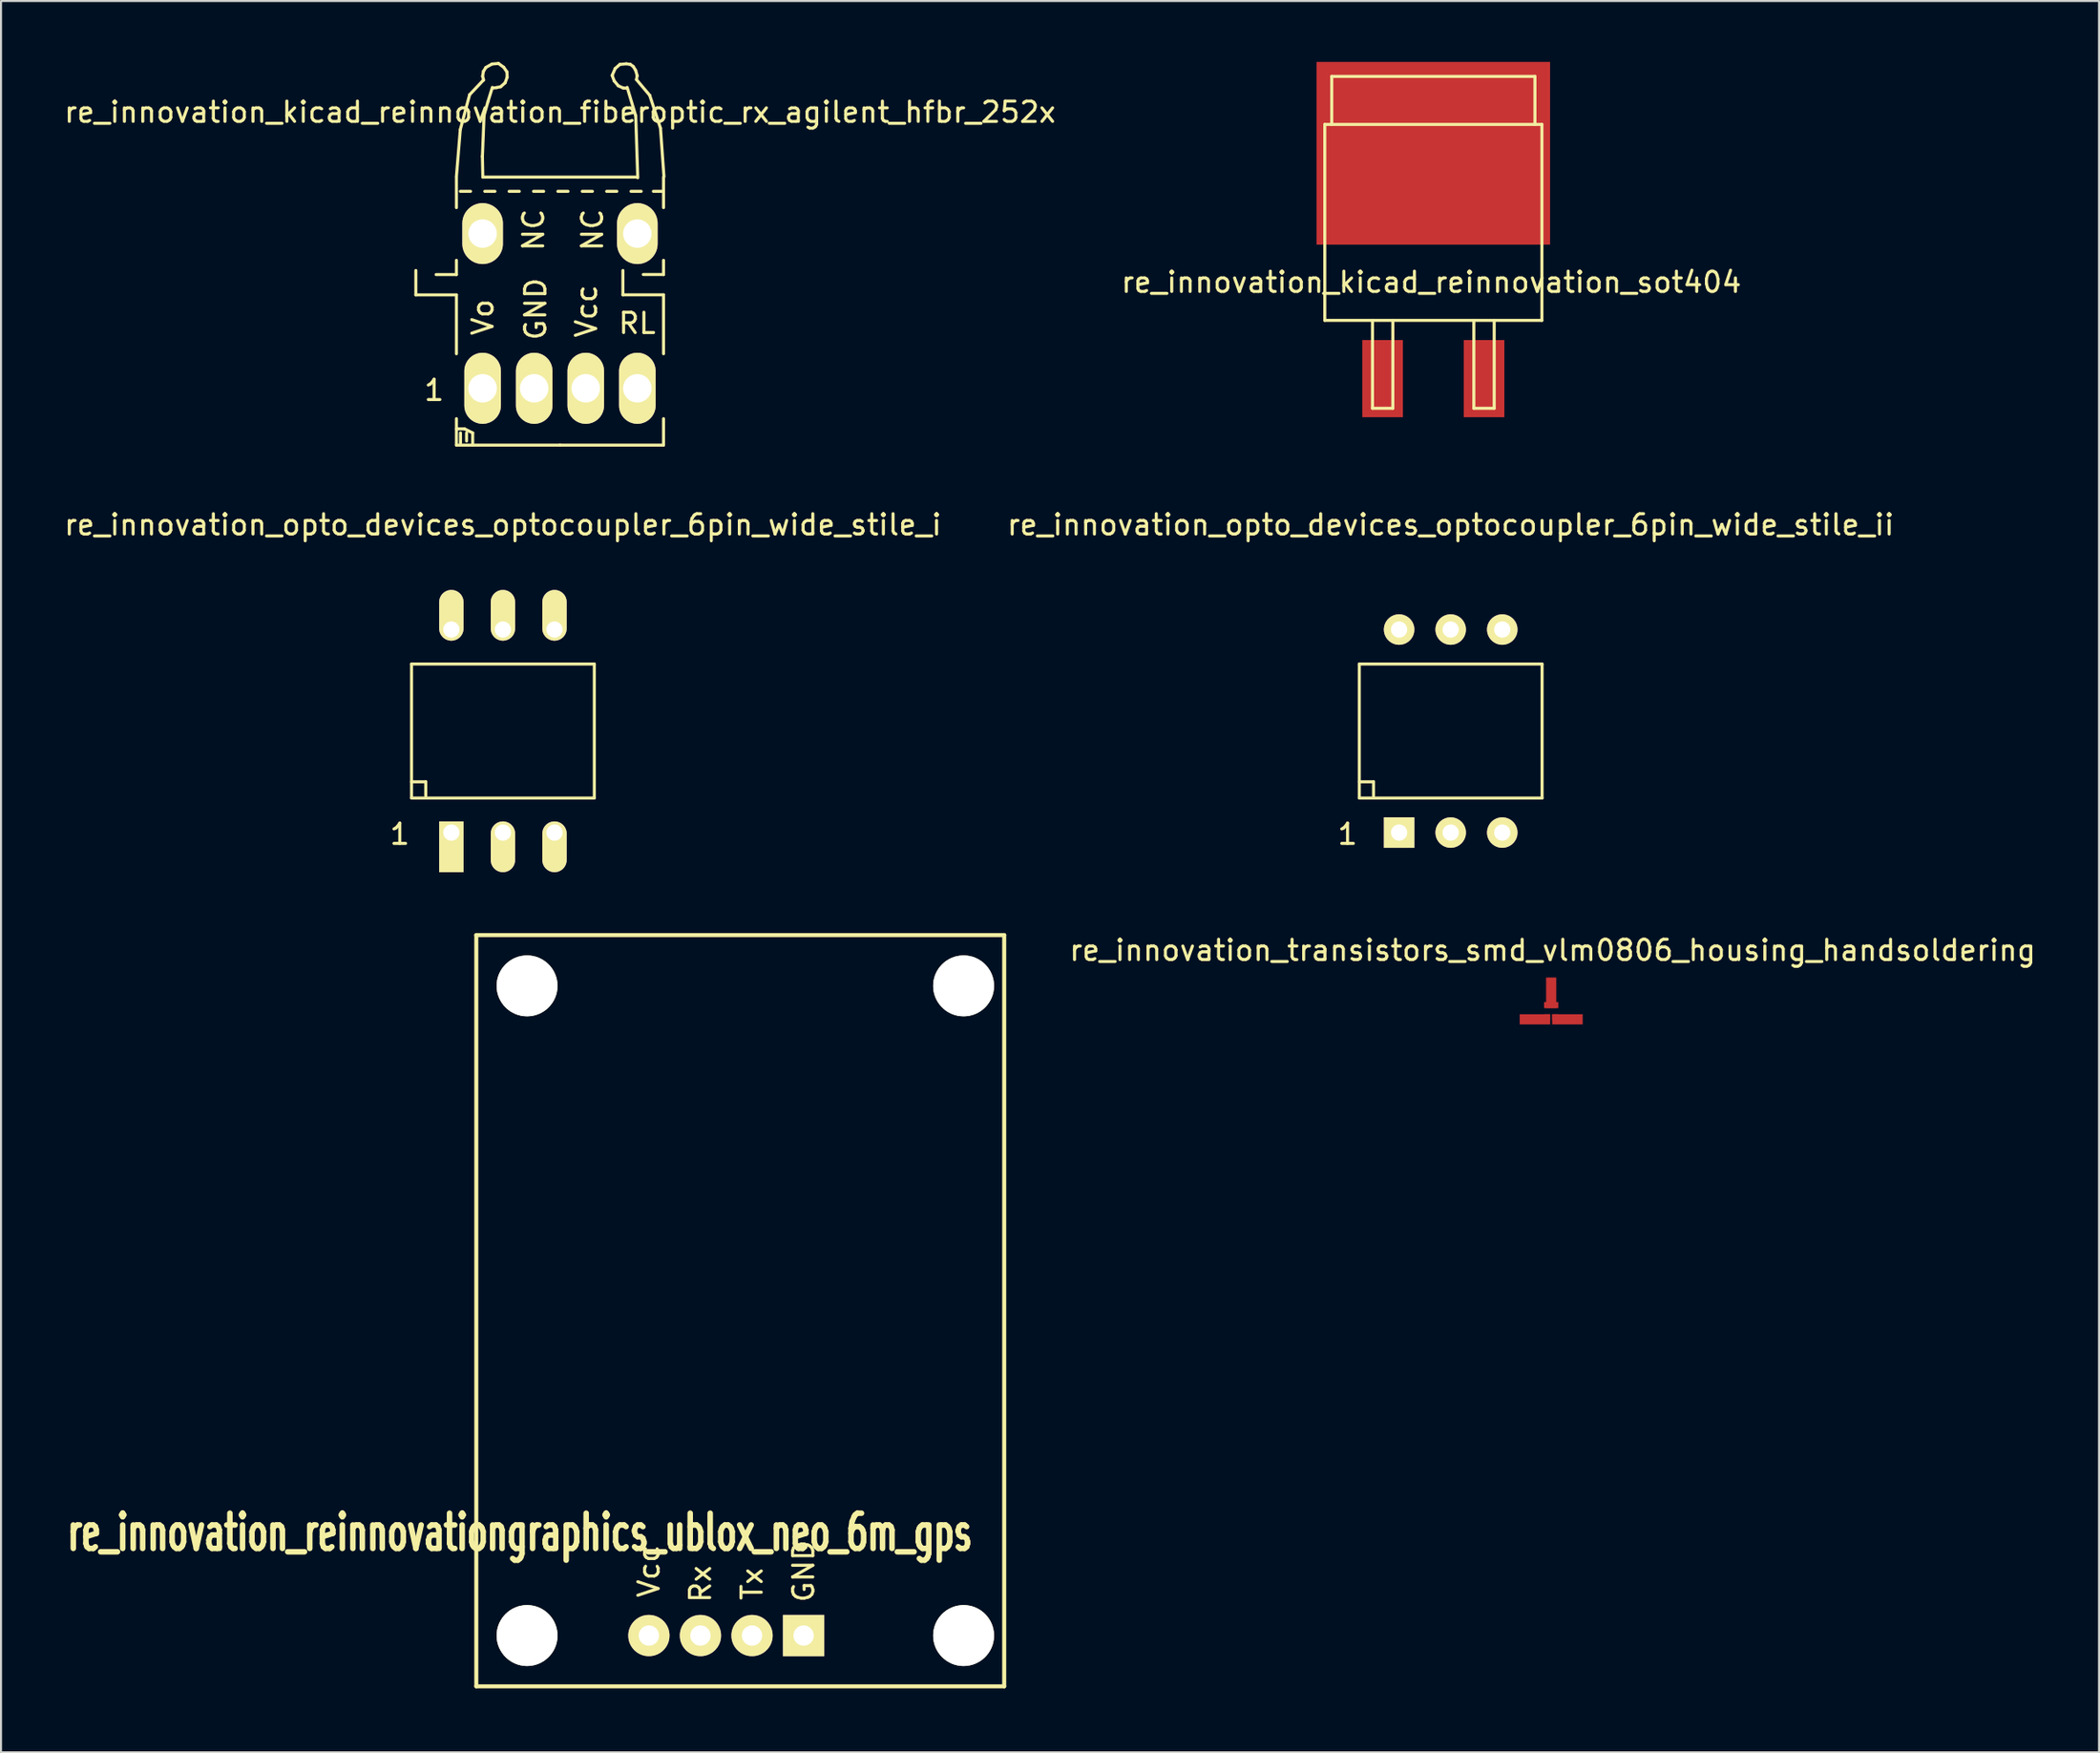
<source format=kicad_pcb>
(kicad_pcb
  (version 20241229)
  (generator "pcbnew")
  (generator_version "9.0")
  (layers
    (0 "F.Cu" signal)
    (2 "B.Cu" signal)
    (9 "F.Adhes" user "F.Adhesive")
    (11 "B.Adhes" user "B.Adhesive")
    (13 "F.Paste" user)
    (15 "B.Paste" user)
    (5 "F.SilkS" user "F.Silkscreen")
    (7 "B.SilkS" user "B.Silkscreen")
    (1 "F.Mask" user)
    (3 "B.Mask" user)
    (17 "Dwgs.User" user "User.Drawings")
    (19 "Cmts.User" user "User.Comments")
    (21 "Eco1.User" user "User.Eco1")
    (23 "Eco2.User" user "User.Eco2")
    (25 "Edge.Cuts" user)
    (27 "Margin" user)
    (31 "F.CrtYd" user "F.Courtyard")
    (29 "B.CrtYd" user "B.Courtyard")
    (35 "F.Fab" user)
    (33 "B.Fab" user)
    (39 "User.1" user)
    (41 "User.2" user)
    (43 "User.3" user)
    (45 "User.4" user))
  (footprint "re_innovation_kicad_reinnovation_sot404"
    (layer "F.Cu")
    (at 67.545 10.05)
    (property "Reference" "re_innovation_kicad_reinnovation_sot404" (at -0.099 0.8 0) (layer "F.SilkS") (effects (font (size 1 1) (thickness 0.15))))
    (attr smd)
    (fp_line (start -5.347 -6.972) (end 5.347 -6.972) (stroke (width 0.15) (type solid)) (layer "F.SilkS"))
    (fp_line (start -5.347 2.68) (end -5.347 -6.972) (stroke (width 0.15) (type solid)) (layer "F.SilkS"))
    (fp_line (start -5.004 -9.335) (end 5.004 -9.335) (stroke (width 0.15) (type solid)) (layer "F.SilkS"))
    (fp_line (start -5.004 -6.972) (end -5.004 -9.335) (stroke (width 0.15) (type solid)) (layer "F.SilkS"))
    (fp_line (start -2.997 2.68) (end -2.997 7.01) (stroke (width 0.15) (type solid)) (layer "F.SilkS"))
    (fp_line (start -2.997 7.01) (end -1.994 7.01) (stroke (width 0.15) (type solid)) (layer "F.SilkS"))
    (fp_line (start -1.994 7.01) (end -1.994 2.68) (stroke (width 0.15) (type solid)) (layer "F.SilkS"))
    (fp_line (start 1.994 2.68) (end 1.994 7.01) (stroke (width 0.15) (type solid)) (layer "F.SilkS"))
    (fp_line (start 1.994 7.01) (end 2.997 7.01) (stroke (width 0.15) (type solid)) (layer "F.SilkS"))
    (fp_line (start 2.997 7.01) (end 2.997 2.68) (stroke (width 0.15) (type solid)) (layer "F.SilkS"))
    (fp_line (start 5.004 -9.335) (end 5.004 -6.972) (stroke (width 0.15) (type solid)) (layer "F.SilkS"))
    (fp_line (start 5.347 -6.972) (end 5.347 2.68) (stroke (width 0.15) (type solid)) (layer "F.SilkS"))
    (fp_line (start 5.347 2.68) (end -5.347 2.68) (stroke (width 0.15) (type solid)) (layer "F.SilkS"))
    (pad "1" smd rect (at -2.499 5.55) (size 1.999 3.8) (layers "F.Cu" "F.Mask" "F.Paste"))
    (pad "2" smd rect (at 0 -5.55) (size 11.501 8.999) (layers "F.Cu" "F.Mask" "F.Paste"))
    (pad "3" smd rect (at 2.499 5.55) (size 1.999 3.8) (layers "F.Cu" "F.Mask" "F.Paste")))
  (footprint "re_innovation_transistors_smd_vlm0806_housing_handsoldering"
    (layer "F.Cu")
    (at 73.349 46.757)
    (property "Reference" "re_innovation_transistors_smd_vlm0806_housing_handsoldering" (at 0.071 -3 0) (layer "F.SilkS") (effects (font (size 1 1) (thickness 0.15))))
    (attr smd)
    (pad "1" smd rect (at 0.201 0.3) (size 0.3 0.3) (layers "F.Cu" "F.Mask" "F.Paste"))
    (pad "1" smd rect (at 0.8 0.399) (size 1.501 0.5) (layers "F.Cu" "F.Mask" "F.Paste"))
    (pad "2" smd rect (at -0.8 0.399) (size 1.501 0.5) (layers "F.Cu" "F.Mask" "F.Paste"))
    (pad "2" smd rect (at -0.201 0.3) (size 0.3 0.3) (layers "F.Cu" "F.Mask" "F.Paste"))
    (pad "3" smd rect (at 0 -0.909 90) (size 1.501 0.5) (layers "F.Cu" "F.Mask" "F.Paste"))
    (pad "3" smd rect (at 0 -0.3) (size 0.701 0.3) (layers "F.Cu" "F.Mask" "F.Paste")))
  (footprint "re_innovation_opto_devices_optocoupler_6pin_wide_stile_i"
    (layer "F.Cu")
    (at 21.72 32.957)
    (property "Reference" "re_innovation_opto_devices_optocoupler_6pin_wide_stile_i" (at 0 -10.16 0) (layer "F.SilkS") (effects (font (size 1 1) (thickness 0.15))))
    (attr through_hole)
    (fp_line (start -4.501 -3.299) (end 4.501 -3.299) (stroke (width 0.15) (type solid)) (layer "F.SilkS"))
    (fp_line (start -4.501 2.499) (end -3.8 2.499) (stroke (width 0.15) (type solid)) (layer "F.SilkS"))
    (fp_line (start -4.501 3.299) (end -4.501 -3.299) (stroke (width 0.15) (type solid)) (layer "F.SilkS"))
    (fp_line (start -3.8 2.499) (end -3.8 3.2) (stroke (width 0.15) (type solid)) (layer "F.SilkS"))
    (fp_line (start 4.501 -3.299) (end 4.501 3.299) (stroke (width 0.15) (type solid)) (layer "F.SilkS"))
    (fp_line (start 4.501 3.299) (end -4.501 3.299) (stroke (width 0.15) (type solid)) (layer "F.SilkS"))
    (fp_text user "1" (at -5.08 5.08 0) (layer "F.SilkS") (effects (font (size 1 1) (thickness 0.15))))
    (pad "1" thru_hole rect (at -2.54 5.001) (size 1.199 2.499) (drill 0.8 (offset 0 0.701)) (layers "*.Cu" "*.Mask" "F.SilkS"))
    (pad "2" thru_hole oval (at 0 5.001) (size 1.199 2.499) (drill 0.8 (offset 0 0.701)) (layers "*.Cu" "*.Mask" "F.SilkS"))
    (pad "3" thru_hole oval (at 2.54 5.001) (size 1.199 2.499) (drill 0.8 (offset 0 0.701)) (layers "*.Cu" "*.Mask" "F.SilkS"))
    (pad "4" thru_hole oval (at 2.54 -4.999) (size 1.199 2.499) (drill 0.8 (offset 0 -0.701)) (layers "*.Cu" "*.Mask" "F.SilkS"))
    (pad "5" thru_hole oval (at 0 -4.999) (size 1.199 2.499) (drill 0.8 (offset 0 -0.701)) (layers "*.Cu" "*.Mask" "F.SilkS"))
    (pad "6" thru_hole oval (at -2.54 -4.999) (size 1.199 2.499) (drill 0.8 (offset 0 -0.701)) (layers "*.Cu" "*.Mask" "F.SilkS")))
  (footprint "re_innovation_reinnovationgraphics_ublox_neo_6m_gps"
    (layer "F.Cu")
    (at 20.409 80.009)
    (property "Reference" "re_innovation_reinnovationgraphics_ublox_neo_6m_gps" (at 2.15 -7.58 0) (layer "F.SilkS") (effects (font (size 1.735 1.087) (thickness 0.272))))
    (attr through_hole)
    (fp_line (start 0 -37) (end 0 0) (stroke (width 0.2) (type solid)) (layer "F.SilkS"))
    (fp_line (start 0 0) (end 26 0) (stroke (width 0.2) (type solid)) (layer "F.SilkS"))
    (fp_line (start 26 -37) (end 0 -37) (stroke (width 0.2) (type solid)) (layer "F.SilkS"))
    (fp_line (start 26 0) (end 26 -37) (stroke (width 0.2) (type solid)) (layer "F.SilkS"))
    (fp_text user "Vcc" (at 8.5 -5.675 90) (layer "F.SilkS") (effects (font (size 1 1) (thickness 0.15))))
    (fp_text user "Tx" (at 13.58 -5.04 90) (layer "F.SilkS") (effects (font (size 1 1) (thickness 0.15))))
    (fp_text user "GND" (at 16.12 -5.675 90) (layer "F.SilkS") (effects (font (size 1 1) (thickness 0.15))))
    (fp_text user "Rx" (at 11.04 -5.04 90) (layer "F.SilkS") (effects (font (size 1 1) (thickness 0.15))))
    (pad "" np_thru_hole circle (at 2.5 -34.5) (size 3 3) (drill 3) (layers "*.Cu" "*.Mask" "F.SilkS"))
    (pad "" np_thru_hole circle (at 2.5 -2.5) (size 3 3) (drill 3) (layers "*.Cu" "*.Mask" "F.SilkS"))
    (pad "" np_thru_hole circle (at 24 -34.5) (size 3 3) (drill 3) (layers "*.Cu" "*.Mask" "F.SilkS"))
    (pad "" np_thru_hole circle (at 24 -2.5) (size 3 3) (drill 3) (layers "*.Cu" "*.Mask" "F.SilkS"))
    (pad "1" thru_hole rect (at 16.12 -2.5) (size 2.032 2.032) (drill 1.001) (layers "*.Cu" "*.Mask" "F.SilkS"))
    (pad "2" thru_hole circle (at 13.58 -2.5) (size 2.032 2.032) (drill 1.001) (layers "*.Cu" "*.Mask" "F.SilkS"))
    (pad "3" thru_hole circle (at 11.04 -2.5) (size 2.032 2.032) (drill 1.001) (layers "*.Cu" "*.Mask" "F.SilkS"))
    (pad "4" thru_hole circle (at 8.5 -2.5) (size 2.032 2.032) (drill 1.001) (layers "*.Cu" "*.Mask" "F.SilkS")))
  (footprint "re_innovation_opto_devices_optocoupler_6pin_wide_stile_ii"
    (layer "F.Cu")
    (at 68.399 32.957)
    (property "Reference" "re_innovation_opto_devices_optocoupler_6pin_wide_stile_ii" (at 0 -10.16 0) (layer "F.SilkS") (effects (font (size 1 1) (thickness 0.15))))
    (attr through_hole)
    (fp_line (start -4.501 -3.299) (end 4.501 -3.299) (stroke (width 0.15) (type solid)) (layer "F.SilkS"))
    (fp_line (start -4.501 2.499) (end -3.8 2.499) (stroke (width 0.15) (type solid)) (layer "F.SilkS"))
    (fp_line (start -4.501 3.299) (end -4.501 -3.299) (stroke (width 0.15) (type solid)) (layer "F.SilkS"))
    (fp_line (start -3.8 2.499) (end -3.8 3.2) (stroke (width 0.15) (type solid)) (layer "F.SilkS"))
    (fp_line (start 4.501 -3.299) (end 4.501 3.299) (stroke (width 0.15) (type solid)) (layer "F.SilkS"))
    (fp_line (start 4.501 3.299) (end -4.501 3.299) (stroke (width 0.15) (type solid)) (layer "F.SilkS"))
    (fp_text user "1" (at -5.08 5.08 0) (layer "F.SilkS") (effects (font (size 1 1) (thickness 0.15))))
    (pad "1" thru_hole rect (at -2.54 5.001) (size 1.501 1.501) (drill 0.8) (layers "*.Cu" "*.Mask" "F.SilkS"))
    (pad "2" thru_hole circle (at 0 5.001) (size 1.501 1.501) (drill 0.8) (layers "*.Cu" "*.Mask" "F.SilkS"))
    (pad "3" thru_hole circle (at 2.54 5.001) (size 1.501 1.501) (drill 0.8) (layers "*.Cu" "*.Mask" "F.SilkS"))
    (pad "4" thru_hole circle (at 2.54 -4.999) (size 1.501 1.501) (drill 0.8) (layers "*.Cu" "*.Mask" "F.SilkS"))
    (pad "5" thru_hole circle (at 0 -4.999) (size 1.501 1.501) (drill 0.8) (layers "*.Cu" "*.Mask" "F.SilkS"))
    (pad "6" thru_hole circle (at -2.54 -4.999) (size 1.501 1.501) (drill 0.8) (layers "*.Cu" "*.Mask" "F.SilkS")))
  (footprint "re_innovation_kicad_reinnovation_fiberoptic_rx_agilent_hfbr_252x"
    (layer "F.Cu")
    (at 24.53 10.474)
    (property "Reference" "re_innovation_kicad_reinnovation_fiberoptic_rx_agilent_hfbr_252x" (at 0 -8.001 0) (layer "F.SilkS") (effects (font (size 1 1) (thickness 0.15))))
    (attr through_hole)
    (fp_line (start -7.099 1.001) (end -7.099 -0.201) (stroke (width 0.15) (type solid)) (layer "F.SilkS"))
    (fp_line (start -6.101 0) (end -5.1 0) (stroke (width 0.15) (type solid)) (layer "F.SilkS"))
    (fp_line (start -5.1 -4.831) (end -4.91 -7.14) (stroke (width 0.15) (type solid)) (layer "F.SilkS"))
    (fp_line (start -5.1 -4.801) (end -5.1 -3.299) (stroke (width 0.15) (type solid)) (layer "F.SilkS"))
    (fp_line (start -5.1 0) (end -5.1 -0.701) (stroke (width 0.15) (type solid)) (layer "F.SilkS"))
    (fp_line (start -5.1 1.001) (end -7.099 1.001) (stroke (width 0.15) (type solid)) (layer "F.SilkS"))
    (fp_line (start -5.1 1.001) (end -5.1 3.899) (stroke (width 0.15) (type solid)) (layer "F.SilkS"))
    (fp_line (start -5.1 7.6) (end -4.699 7.6) (stroke (width 0.15) (type solid)) (layer "F.SilkS"))
    (fp_line (start -5.1 8.4) (end -5.1 7.099) (stroke (width 0.15) (type solid)) (layer "F.SilkS"))
    (fp_line (start -4.91 -7.14) (end -4.45 -8.86) (stroke (width 0.15) (type solid)) (layer "F.SilkS"))
    (fp_line (start -4.9 7.8) (end -4.9 8.301) (stroke (width 0.15) (type solid)) (layer "F.SilkS"))
    (fp_line (start -4.699 7.6) (end -4.3 7.8) (stroke (width 0.15) (type solid)) (layer "F.SilkS"))
    (fp_line (start -4.6 7.8) (end -4.6 8.199) (stroke (width 0.15) (type solid)) (layer "F.SilkS"))
    (fp_line (start -4.45 -8.86) (end -3.769 -9.581) (stroke (width 0.15) (type solid)) (layer "F.SilkS"))
    (fp_line (start -4.404 -4.1) (end -4.905 -4.1) (stroke (width 0.15) (type solid)) (layer "F.SilkS"))
    (fp_line (start -4.3 7.8) (end -4.3 8.4) (stroke (width 0.15) (type solid)) (layer "F.SilkS"))
    (fp_line (start -3.82 -5.819) (end -3.739 -7.841) (stroke (width 0.15) (type solid)) (layer "F.SilkS"))
    (fp_line (start -3.81 -9.769) (end -3.759 -9.581) (stroke (width 0.15) (type solid)) (layer "F.SilkS"))
    (fp_line (start -3.8 -4.801) (end -3.82 -5.819) (stroke (width 0.15) (type solid)) (layer "F.SilkS"))
    (fp_line (start -3.769 -10.01) (end -3.81 -9.769) (stroke (width 0.15) (type solid)) (layer "F.SilkS"))
    (fp_line (start -3.739 -7.841) (end -3.551 -8.509) (stroke (width 0.15) (type solid)) (layer "F.SilkS"))
    (fp_line (start -3.65 -10.201) (end -3.769 -10.01) (stroke (width 0.15) (type solid)) (layer "F.SilkS"))
    (fp_line (start -3.551 -8.509) (end -3.33 -9.22) (stroke (width 0.15) (type solid)) (layer "F.SilkS"))
    (fp_line (start -3.35 -10.371) (end -3.65 -10.201) (stroke (width 0.15) (type solid)) (layer "F.SilkS"))
    (fp_line (start -3.269 -9.19) (end -3.119 -9.21) (stroke (width 0.15) (type solid)) (layer "F.SilkS"))
    (fp_line (start -3.203 -4.1) (end -3.703 -4.1) (stroke (width 0.15) (type solid)) (layer "F.SilkS"))
    (fp_line (start -3.119 -9.21) (end -2.921 -9.251) (stroke (width 0.15) (type solid)) (layer "F.SilkS"))
    (fp_line (start -3.03 -10.399) (end -3.35 -10.371) (stroke (width 0.15) (type solid)) (layer "F.SilkS"))
    (fp_line (start -2.921 -9.251) (end -2.7 -9.449) (stroke (width 0.15) (type solid)) (layer "F.SilkS"))
    (fp_line (start -2.771 -10.211) (end -3.03 -10.399) (stroke (width 0.15) (type solid)) (layer "F.SilkS"))
    (fp_line (start -2.7 -9.449) (end -2.601 -9.721) (stroke (width 0.15) (type solid)) (layer "F.SilkS"))
    (fp_line (start -2.611 -9.98) (end -2.771 -10.211) (stroke (width 0.15) (type solid)) (layer "F.SilkS"))
    (fp_line (start -2.601 -9.721) (end -2.611 -9.98) (stroke (width 0.15) (type solid)) (layer "F.SilkS"))
    (fp_line (start -2.004 -4.1) (end -2.504 -4.1) (stroke (width 0.15) (type solid)) (layer "F.SilkS"))
    (fp_line (start -0.803 -4.1) (end -1.303 -4.1) (stroke (width 0.15) (type solid)) (layer "F.SilkS"))
    (fp_line (start 0 8.4) (end -5.1 8.4) (stroke (width 0.15) (type solid)) (layer "F.SilkS"))
    (fp_line (start 0 8.4) (end 5.1 8.4) (stroke (width 0.15) (type solid)) (layer "F.SilkS"))
    (fp_line (start 0.396 -4.1) (end -0.104 -4.1) (stroke (width 0.15) (type solid)) (layer "F.SilkS"))
    (fp_line (start 1.598 -4.1) (end 1.097 -4.1) (stroke (width 0.15) (type solid)) (layer "F.SilkS"))
    (fp_line (start 2.57 -9.809) (end 2.67 -9.54) (stroke (width 0.15) (type solid)) (layer "F.SilkS"))
    (fp_line (start 2.67 -9.54) (end 2.87 -9.299) (stroke (width 0.15) (type solid)) (layer "F.SilkS"))
    (fp_line (start 2.72 -10.15) (end 2.57 -9.809) (stroke (width 0.15) (type solid)) (layer "F.SilkS"))
    (fp_line (start 2.799 -4.1) (end 2.299 -4.1) (stroke (width 0.15) (type solid)) (layer "F.SilkS"))
    (fp_line (start 2.87 -9.299) (end 3.109 -9.19) (stroke (width 0.15) (type solid)) (layer "F.SilkS"))
    (fp_line (start 2.949 -10.351) (end 2.72 -10.15) (stroke (width 0.15) (type solid)) (layer "F.SilkS"))
    (fp_line (start 3.099 1.001) (end 3.099 -0.201) (stroke (width 0.15) (type solid)) (layer "F.SilkS"))
    (fp_line (start 3.109 -9.19) (end 3.269 -9.18) (stroke (width 0.15) (type solid)) (layer "F.SilkS"))
    (fp_line (start 3.269 -10.381) (end 2.949 -10.351) (stroke (width 0.15) (type solid)) (layer "F.SilkS"))
    (fp_line (start 3.47 -10.351) (end 3.269 -10.381) (stroke (width 0.15) (type solid)) (layer "F.SilkS"))
    (fp_line (start 3.609 -10.249) (end 3.47 -10.351) (stroke (width 0.15) (type solid)) (layer "F.SilkS"))
    (fp_line (start 3.731 -10.051) (end 3.609 -10.249) (stroke (width 0.15) (type solid)) (layer "F.SilkS"))
    (fp_line (start 3.731 -7.821) (end 3.31 -9.22) (stroke (width 0.15) (type solid)) (layer "F.SilkS"))
    (fp_line (start 3.769 -9.601) (end 3.8 -9.799) (stroke (width 0.15) (type solid)) (layer "F.SilkS"))
    (fp_line (start 3.8 -9.799) (end 3.731 -10.051) (stroke (width 0.15) (type solid)) (layer "F.SilkS"))
    (fp_line (start 3.8 -4.801) (end -3.8 -4.801) (stroke (width 0.15) (type solid)) (layer "F.SilkS"))
    (fp_line (start 3.83 -4.77) (end 3.731 -7.821) (stroke (width 0.15) (type solid)) (layer "F.SilkS"))
    (fp_line (start 4 -4.1) (end 3.5 -4.1) (stroke (width 0.15) (type solid)) (layer "F.SilkS"))
    (fp_line (start 4.102 -0.003) (end 5.103 -0.003) (stroke (width 0.15) (type solid)) (layer "F.SilkS"))
    (fp_line (start 4.42 -8.829) (end 3.769 -9.601) (stroke (width 0.15) (type solid)) (layer "F.SilkS"))
    (fp_line (start 4.95 -7.211) (end 4.42 -8.829) (stroke (width 0.15) (type solid)) (layer "F.SilkS"))
    (fp_line (start 5.1 -4.1) (end 4.6 -4.1) (stroke (width 0.15) (type solid)) (layer "F.SilkS"))
    (fp_line (start 5.1 -3.299) (end 5.1 -4.801) (stroke (width 0.15) (type solid)) (layer "F.SilkS"))
    (fp_line (start 5.1 0) (end 5.1 -0.701) (stroke (width 0.15) (type solid)) (layer "F.SilkS"))
    (fp_line (start 5.1 3.899) (end 5.1 1.001) (stroke (width 0.15) (type solid)) (layer "F.SilkS"))
    (fp_line (start 5.1 8.4) (end 5.1 7.099) (stroke (width 0.15) (type solid)) (layer "F.SilkS"))
    (fp_line (start 5.103 0.998) (end 3.104 0.998) (stroke (width 0.15) (type solid)) (layer "F.SilkS"))
    (fp_line (start 5.121 -4.821) (end 4.95 -7.211) (stroke (width 0.15) (type solid)) (layer "F.SilkS"))
    (fp_text user "1" (at -6.2 5.7 0) (layer "F.SilkS") (effects (font (size 1 1) (thickness 0.15))))
    (fp_text user "Vcc" (at 1.3 1.801 90) (layer "F.SilkS") (effects (font (size 1 1) (thickness 0.15))))
    (fp_text user "NC" (at -1.303 -2.2 90) (layer "F.SilkS") (effects (font (size 1 1) (thickness 0.15))))
    (fp_text user "RL" (at 3.8 2.4 0) (layer "F.SilkS") (effects (font (size 1 1) (thickness 0.15))))
    (fp_text user "NC" (at 1.6 -2.2 90) (layer "F.SilkS") (effects (font (size 1 1) (thickness 0.15))))
    (fp_text user "GND" (at -1.199 1.699 90) (layer "F.SilkS") (effects (font (size 1 1) (thickness 0.15))))
    (fp_text user "Vo" (at -3.8 2.101 90) (layer "F.SilkS") (effects (font (size 1 1) (thickness 0.15))))
    (pad "1" thru_hole oval (at -3.81 5.601) (size 1.801 3.5) (drill 1.4) (layers "*.Cu" "*.Mask" "F.SilkS"))
    (pad "2" thru_hole oval (at -1.27 5.601) (size 1.801 3.5) (drill 1.4) (layers "*.Cu" "*.Mask" "F.SilkS"))
    (pad "3" thru_hole oval (at 1.27 5.601) (size 1.801 3.5) (drill 1.4) (layers "*.Cu" "*.Mask" "F.SilkS"))
    (pad "4" thru_hole oval (at 3.81 5.601) (size 1.801 3.5) (drill 1.4) (layers "*.Cu" "*.Mask" "F.SilkS"))
    (pad "5" thru_hole oval (at 3.81 -2.019) (size 1.999 3) (drill 1.4) (layers "*.Cu" "*.Mask" "F.SilkS"))
    (pad "6" thru_hole oval (at -3.81 -2.019) (size 1.999 3) (drill 1.4) (layers "*.Cu" "*.Mask" "F.SilkS")))
  (gr_rect
    (start -3 -3)
    (end 100.33 83.259)
    (stroke (width 0.1) (type default))
    (fill no)
    (layer "Edge.Cuts")))
</source>
